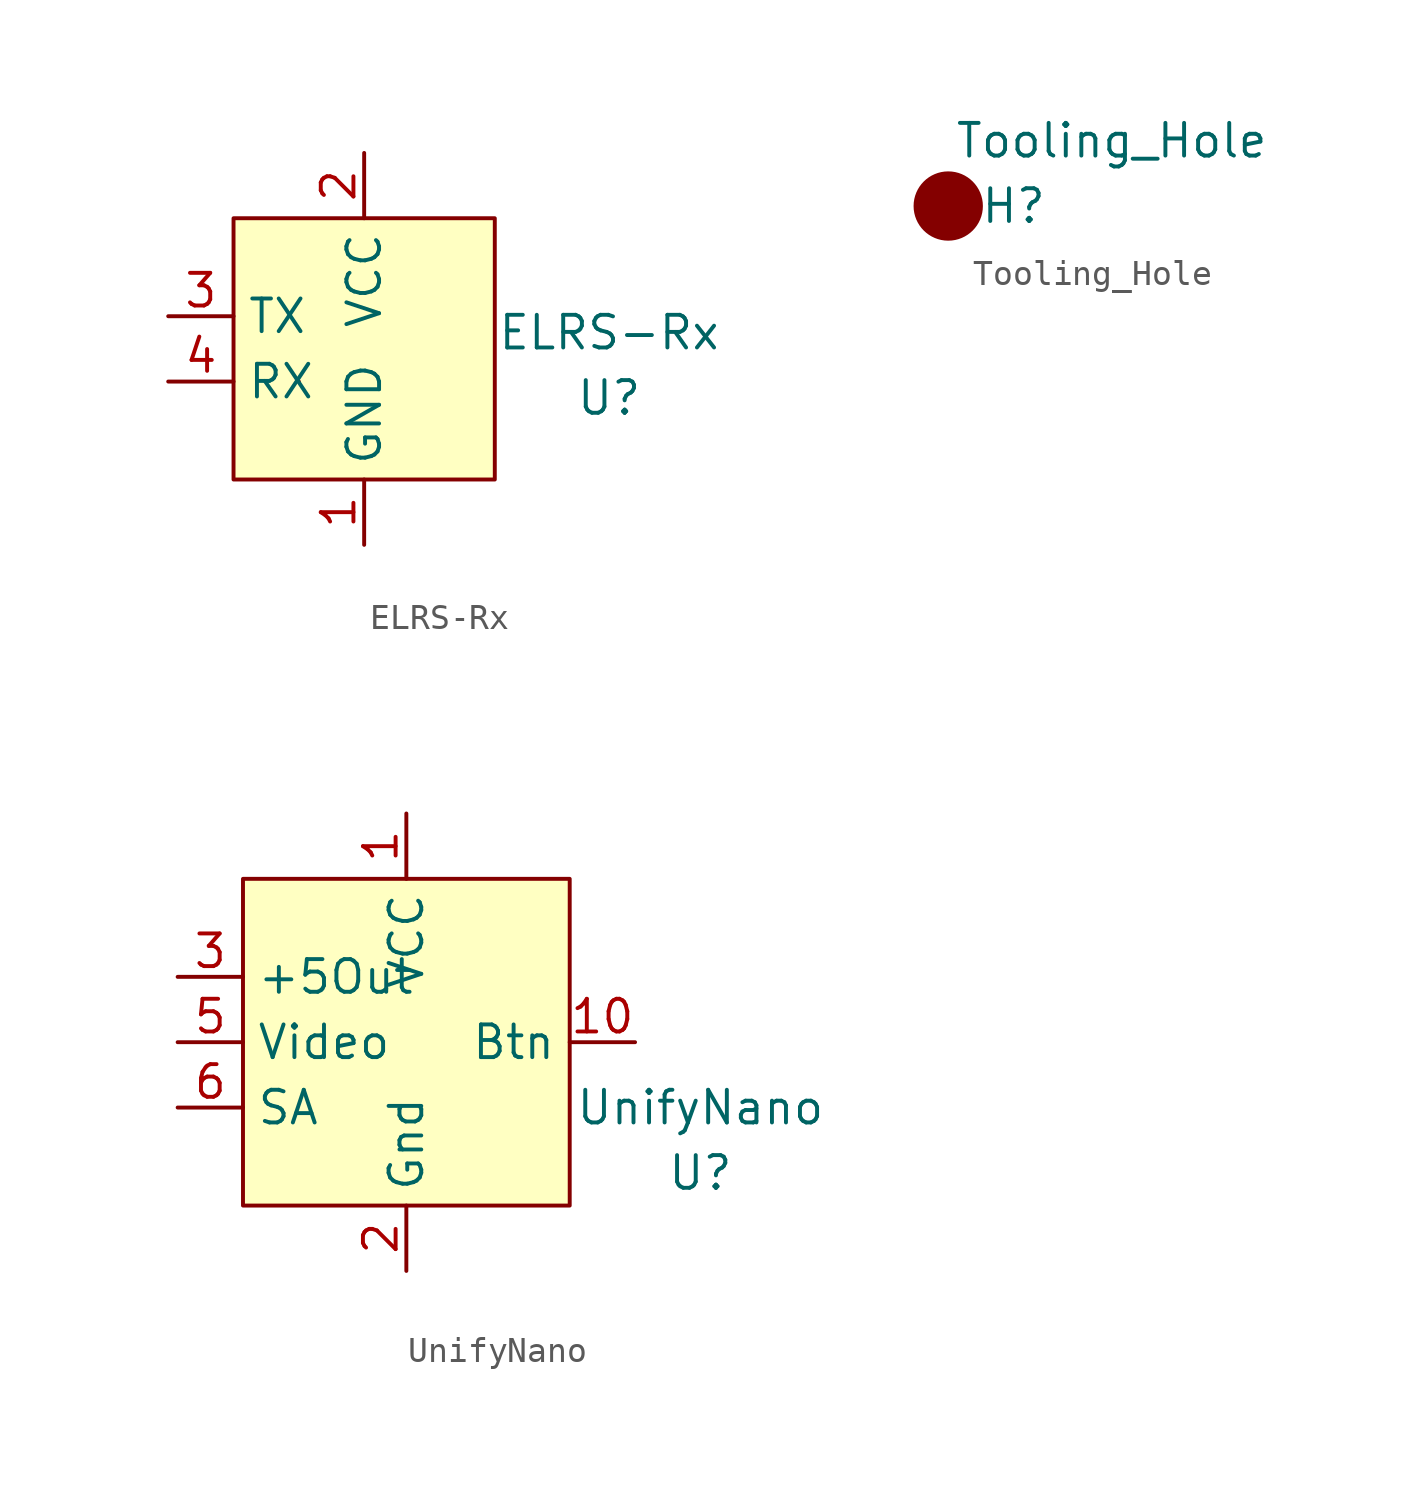
<source format=kicad_sym>
(kicad_symbol_lib
  (version 20220914)
  (generator kicad_symbol_editor)
  (symbol "ELRS-Rx"
    (property "Reference" "U"
      (at 9.525 -1.905 0)
      (effects (font (size 1.27 1.27))))
    (property "Value" "ELRS-Rx"
      (at 9.525 0.635 0)
      (effects (font (size 1.27 1.27))))
    (symbol "ELRS-Rx_0_1"
      (rectangle (start -5.08 5.08) (end 5.08 -5.08) (stroke (width 0) (type default)) (fill (type background)))
      (rectangle (start -2.54 -1.27) (end -2.54 -1.27) (stroke (width 0) (type default)) (fill (type none))))
    (symbol "ELRS-Rx_1_1"
      (pin power_in line (at 0 -7.62 90) (length 2.54) (name "GND" (effects (font (size 1.27 1.27)))) (number "1" (effects (font (size 1.27 1.27)))))
      (pin power_in line (at 0 7.62 270) (length 2.54) (name "VCC" (effects (font (size 1.27 1.27)))) (number "2" (effects (font (size 1.27 1.27)))))
      (pin output line (at -7.62 1.27 0) (length 2.54) (name "TX" (effects (font (size 1.27 1.27)))) (number "3" (effects (font (size 1.27 1.27)))))
      (pin input line (at -7.62 -1.27 0) (length 2.54) (name "RX" (effects (font (size 1.27 1.27)))) (number "4" (effects (font (size 1.27 1.27)))))))
  (symbol "Tooling_Hole"
    (property "Reference" "H"
      (at 2.54 0 0)
      (effects (font (size 1.27 1.27))))
    (property "Value" "Tooling_Hole"
      (at 6.35 2.54 0)
      (effects (font (size 1.27 1.27))))
    (symbol "Tooling_Hole_0_1"
      (circle (center 0 0) (radius 1.27) (stroke (width 0) (type default)) (fill (type outline)))))
  (symbol "UnifyNano"
    (property "Reference" "U"
      (at 11.43 -5.08 0)
      (effects (font (size 1.27 1.27))))
    (property "Value" "UnifyNano"
      (at 11.43 -2.54 0)
      (effects (font (size 1.27 1.27))))
    (symbol "UnifyNano_0_1"
      (rectangle (start -6.35 6.35) (end 6.35 -6.35) (stroke (width 0) (type default)) (fill (type background))))
    (symbol "UnifyNano_1_1"
      (pin power_in line (at 0 8.89 270) (length 2.54) (name "VCC" (effects (font (size 1.27 1.27)))) (number "1" (effects (font (size 1.27 1.27)))))
      (pin input line (at 8.89 0 180) (length 2.54) (name "Btn" (effects (font (size 1.27 1.27)))) (number "10" (effects (font (size 1.27 1.27)))))
      (pin power_in line (at 0 -8.89 90) (length 2.54) (name "Gnd" (effects (font (size 1.27 1.27)))) (number "2" (effects (font (size 1.27 1.27)))))
      (pin power_out line (at -8.89 2.54 0) (length 2.54) (name "+5Out" (effects (font (size 1.27 1.27)))) (number "3" (effects (font (size 1.27 1.27)))))
      (pin passive line (at 0 -8.89 90) (length 2.54) hide (name "Gnd" (effects (font (size 1.27 1.27)))) (number "4" (effects (font (size 1.27 1.27)))))
      (pin input line (at -8.89 0 0) (length 2.54) (name "Video" (effects (font (size 1.27 1.27)))) (number "5" (effects (font (size 1.27 1.27)))))
      (pin input line (at -8.89 -2.54 0) (length 2.54) (name "SA" (effects (font (size 1.27 1.27)))) (number "6" (effects (font (size 1.27 1.27)))))
      (pin passive line (at 0 -8.89 90) (length 2.54) hide (name "Gnd" (effects (font (size 1.27 1.27)))) (number "7" (effects (font (size 1.27 1.27)))))
      (pin passive line (at 0 -8.89 90) (length 2.54) hide (name "Gnd" (effects (font (size 1.27 1.27)))) (number "8" (effects (font (size 1.27 1.27)))))
      (pin passive line (at 0 -8.89 90) (length 2.54) hide (name "Gnd" (effects (font (size 1.27 1.27)))) (number "9" (effects (font (size 1.27 1.27))))))))
</source>
